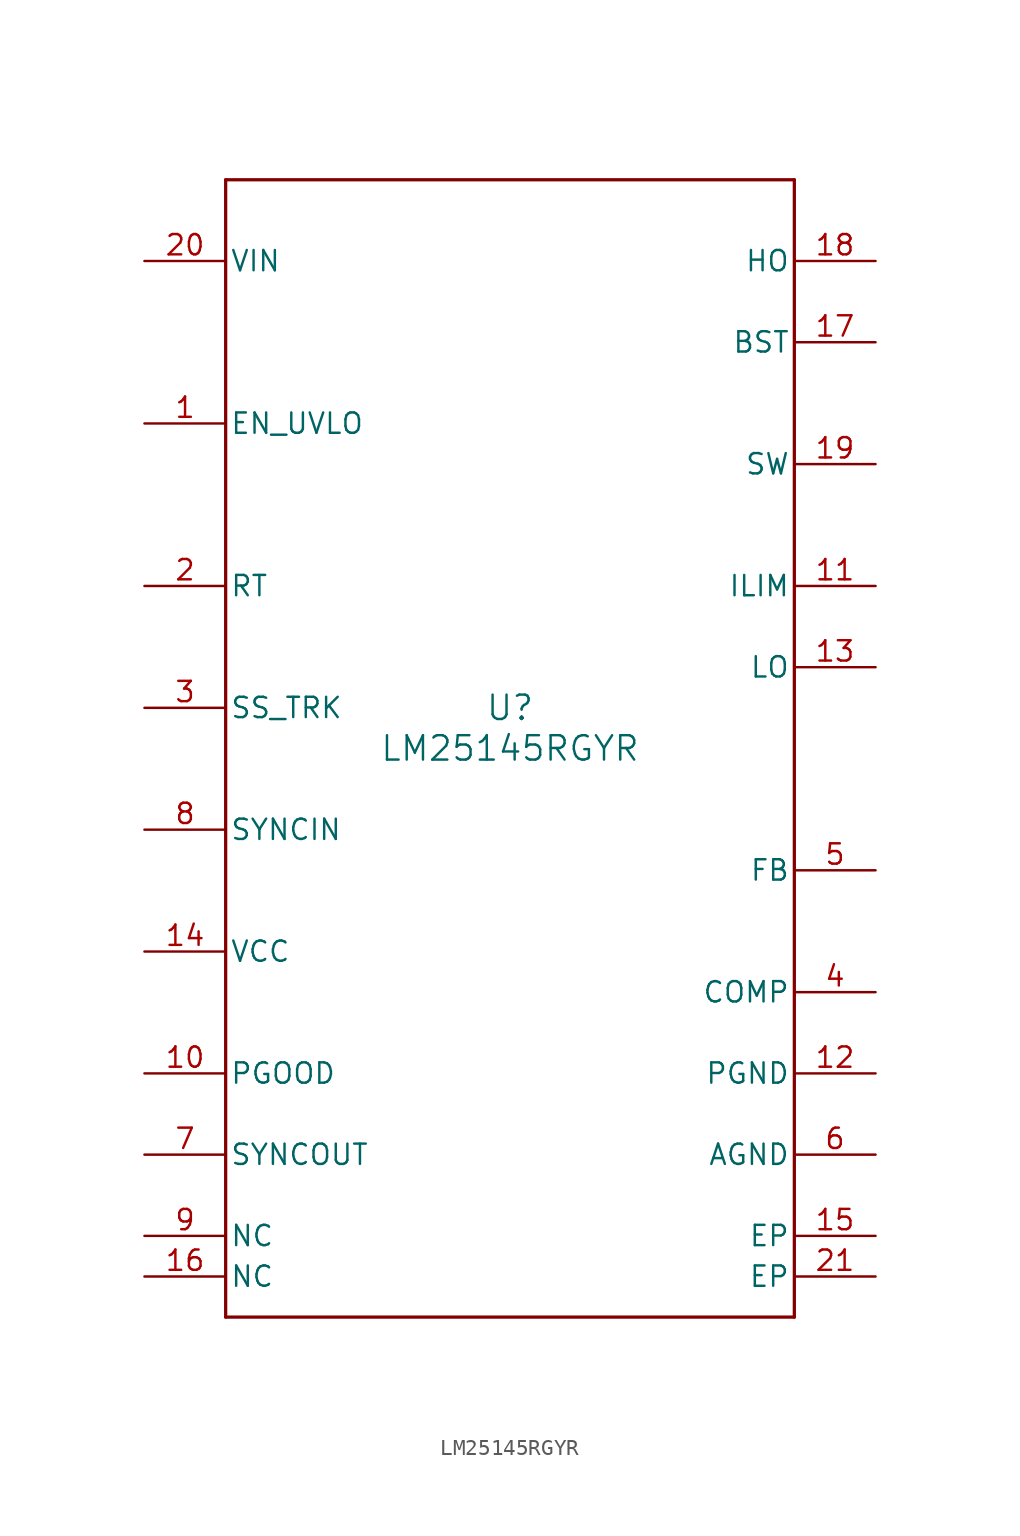
<source format=kicad_sym>
(kicad_symbol_lib
  (version 20211014)
  (generator kicad_symbol_editor)
  (symbol "LM25145RGYR"
    (pin_names
      (offset 0.254))
    (property "Reference" "U"
      (at 0 2.54 0)
      (effects (font (size 1.524 1.524))))
    (property "Value" "LM25145RGYR"
      (at 0 0 0)
      (effects (font (size 1.524 1.524))))
    (symbol "LM25145RGYR_0_1"
      (polyline (pts (xy -17.78 -35.56) (xy 17.78 -35.56)) (stroke (width 0.203) (type default) (color 0 0 0 0)) (fill (type none)))
      (polyline (pts (xy 17.78 -35.56) (xy 17.78 35.56)) (stroke (width 0.203) (type default) (color 0 0 0 0)) (fill (type none)))
      (polyline (pts (xy 17.78 35.56) (xy -17.78 35.56)) (stroke (width 0.203) (type default) (color 0 0 0 0)) (fill (type none)))
      (polyline (pts (xy -17.78 35.56) (xy -17.78 -35.56)) (stroke (width 0.203) (type default) (color 0 0 0 0)) (fill (type none)))
      (pin input line (at -22.86 20.32 0) (length 5.08) (name "EN_UVLO" (effects (font (size 1.27 1.27)))) (number "1" (effects (font (size 1.27 1.27)))))
      (pin input line (at -22.86 10.16 0) (length 5.08) (name "RT" (effects (font (size 1.27 1.27)))) (number "2" (effects (font (size 1.27 1.27)))))
      (pin input line (at -22.86 2.54 0) (length 5.08) (name "SS_TRK" (effects (font (size 1.27 1.27)))) (number "3" (effects (font (size 1.27 1.27)))))
      (pin unspecified line (at 22.86 -15.24 180) (length 5.08) (name "COMP" (effects (font (size 1.27 1.27)))) (number "4" (effects (font (size 1.27 1.27)))))
      (pin input line (at 22.86 -7.62 180) (length 5.08) (name "FB" (effects (font (size 1.27 1.27)))) (number "5" (effects (font (size 1.27 1.27)))))
      (pin power_in line (at 22.86 -25.4 180) (length 5.08) (name "AGND" (effects (font (size 1.27 1.27)))) (number "6" (effects (font (size 1.27 1.27)))))
      (pin output line (at -22.86 -25.4 0) (length 5.08) (name "SYNCOUT" (effects (font (size 1.27 1.27)))) (number "7" (effects (font (size 1.27 1.27)))))
      (pin input line (at -22.86 -5.08 0) (length 5.08) (name "SYNCIN" (effects (font (size 1.27 1.27)))) (number "8" (effects (font (size 1.27 1.27)))))
      (pin unspecified line (at -22.86 -30.48 0) (length 5.08) (name "NC" (effects (font (size 1.27 1.27)))) (number "9" (effects (font (size 1.27 1.27)))))
      (pin open_collector line (at -22.86 -20.32 0) (length 5.08) (name "PGOOD" (effects (font (size 1.27 1.27)))) (number "10" (effects (font (size 1.27 1.27)))))
      (pin input line (at 22.86 10.16 180) (length 5.08) (name "ILIM" (effects (font (size 1.27 1.27)))) (number "11" (effects (font (size 1.27 1.27)))))
      (pin power_in line (at 22.86 -20.32 180) (length 5.08) (name "PGND" (effects (font (size 1.27 1.27)))) (number "12" (effects (font (size 1.27 1.27)))))
      (pin output line (at 22.86 5.08 180) (length 5.08) (name "LO" (effects (font (size 1.27 1.27)))) (number "13" (effects (font (size 1.27 1.27)))))
      (pin power_in line (at -22.86 -12.7 0) (length 5.08) (name "VCC" (effects (font (size 1.27 1.27)))) (number "14" (effects (font (size 1.27 1.27)))))
      (pin power_in line (at 22.86 -30.48 180) (length 5.08) (name "EP" (effects (font (size 1.27 1.27)))) (number "15" (effects (font (size 1.27 1.27)))))
      (pin unspecified line (at -22.86 -33.02 0) (length 5.08) (name "NC" (effects (font (size 1.27 1.27)))) (number "16" (effects (font (size 1.27 1.27)))))
      (pin unspecified line (at 22.86 25.4 180) (length 5.08) (name "BST" (effects (font (size 1.27 1.27)))) (number "17" (effects (font (size 1.27 1.27)))))
      (pin output line (at 22.86 30.48 180) (length 5.08) (name "HO" (effects (font (size 1.27 1.27)))) (number "18" (effects (font (size 1.27 1.27)))))
      (pin power_in line (at 22.86 17.78 180) (length 5.08) (name "SW" (effects (font (size 1.27 1.27)))) (number "19" (effects (font (size 1.27 1.27)))))
      (pin power_in line (at -22.86 30.48 0) (length 5.08) (name "VIN" (effects (font (size 1.27 1.27)))) (number "20" (effects (font (size 1.27 1.27)))))
      (pin power_in line (at 22.86 -33.02 180) (length 5.08) (name "EP" (effects (font (size 1.27 1.27)))) (number "21" (effects (font (size 1.27 1.27))))))))
</source>
